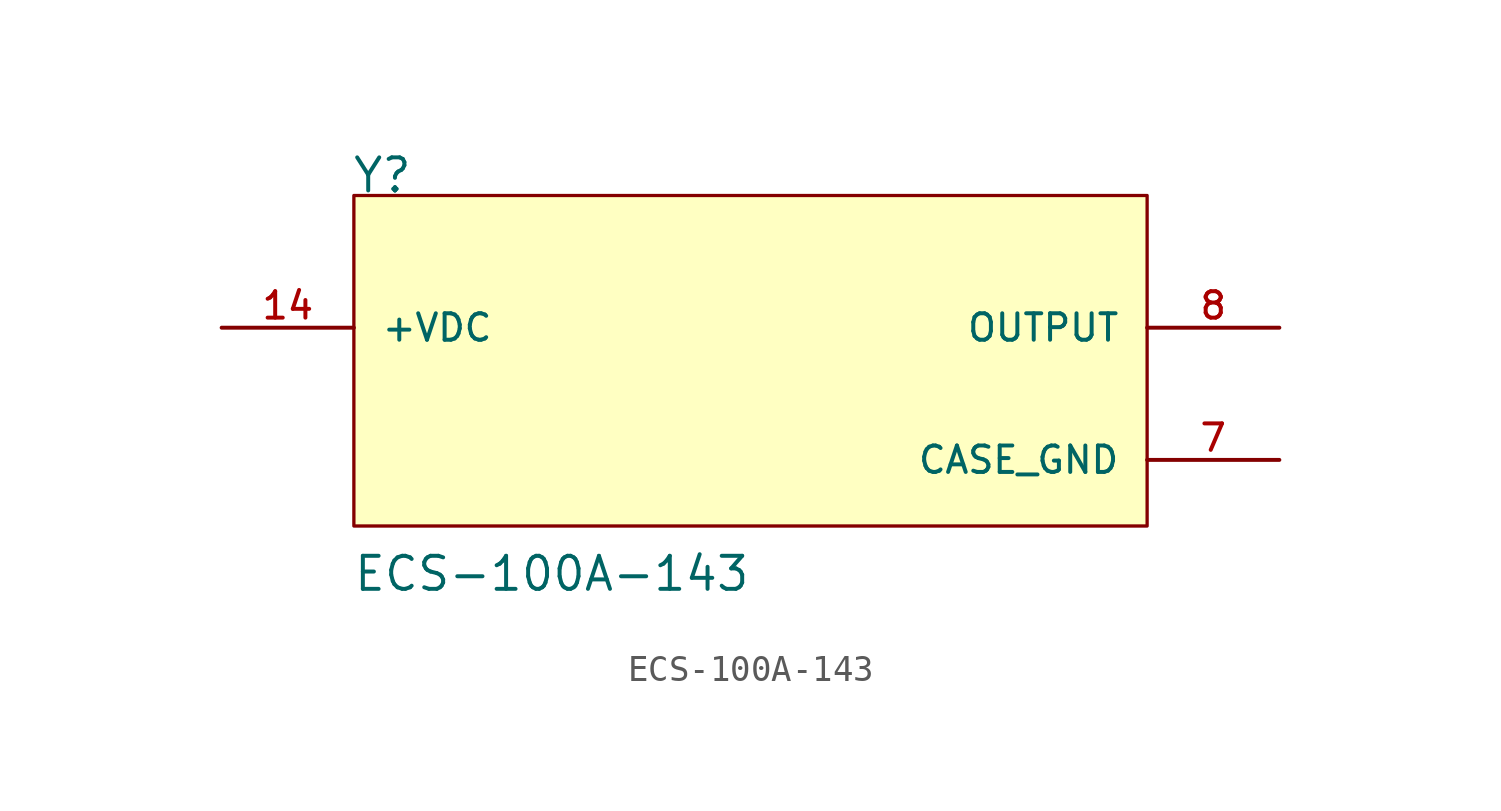
<source format=kicad_sym>
(kicad_symbol_lib
  (version 20211014)
  (generator kicad_symbol_editor)
  (symbol "ECS-100A-143"
    (pin_names
      (offset 1.016))
    (property "Reference" "Y"
      (at -15.334 5.111 0)
      (effects (font (size 1.27 1.27)) (justify bottom left)))
    (property "Value" "ECS-100A-143"
      (at -15.297 -10.198 0)
      (effects (font (size 1.27 1.27)) (justify bottom left)))
    (symbol "ECS-100A-143_0_0"
      (rectangle (start -15.24 -7.62) (end 15.24 5.08) (stroke (width 0.127)) (fill (type background)))
      (pin input line (at -20.32 0.0 0) (length 5.08) (name "+VDC" (effects (font (size 1.016 1.016)))) (number "14" (effects (font (size 1.016 1.016)))))
      (pin output line (at 20.32 0.0 180.0) (length 5.08) (name "OUTPUT" (effects (font (size 1.016 1.016)))) (number "8" (effects (font (size 1.016 1.016)))))
      (pin power_in line (at 20.32 -5.08 180.0) (length 5.08) (name "CASE_GND" (effects (font (size 1.016 1.016)))) (number "7" (effects (font (size 1.016 1.016))))))))
</source>
